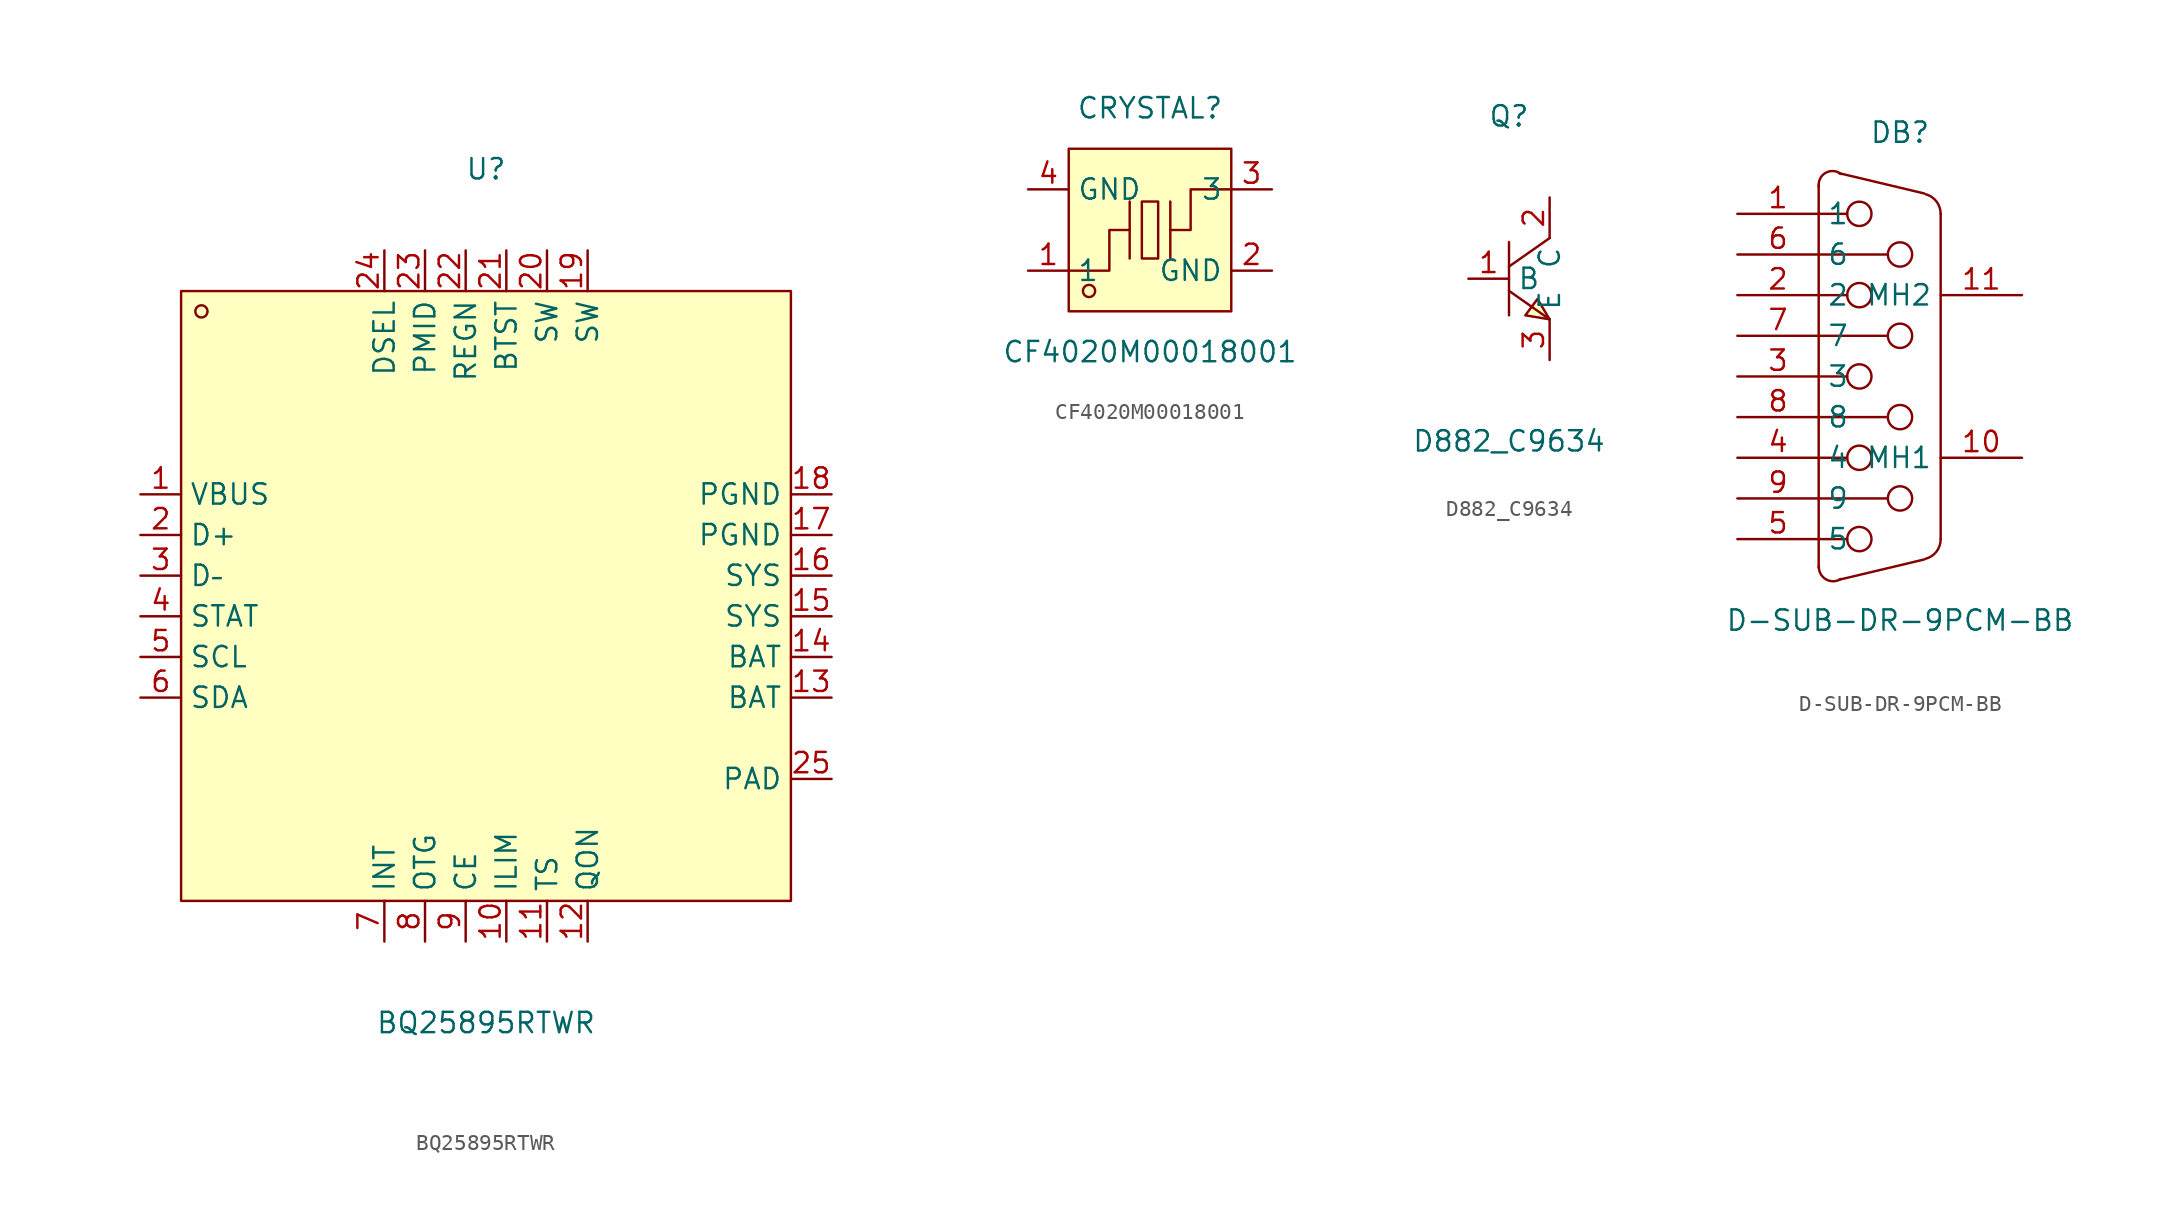
<source format=kicad_sym>
(kicad_symbol_lib
  (version 20211014)
  (generator https://github.com/uPesy/easyeda2kicad.py)
  (symbol "BQ25895RTWR"
    (property "Reference" "U"
      (at 0 26.67 0)
      (effects (font (size 1.27 1.27))))
    (property "Value" "BQ25895RTWR"
      (at 0 -26.67 0)
      (effects (font (size 1.27 1.27))))
    (symbol "BQ25895RTWR_0_1"
      (rectangle (start -19.05 19.05) (end 19.05 -19.05) (stroke (width 0) (type default) (color 0 0 0 0)) (fill (type background)))
      (circle (center -17.78 17.78) (radius 0.38) (stroke (width 0) (type default) (color 0 0 0 0)) (fill (type none)))
      (pin unspecified line (at -21.59 6.35 0) (length 2.54) (name "VBUS" (effects (font (size 1.27 1.27)))) (number "1" (effects (font (size 1.27 1.27)))))
      (pin unspecified line (at -21.59 3.81 0) (length 2.54) (name "D+" (effects (font (size 1.27 1.27)))) (number "2" (effects (font (size 1.27 1.27)))))
      (pin unspecified line (at -21.59 1.27 0) (length 2.54) (name "D–" (effects (font (size 1.27 1.27)))) (number "3" (effects (font (size 1.27 1.27)))))
      (pin unspecified line (at -21.59 -1.27 0) (length 2.54) (name "STAT" (effects (font (size 1.27 1.27)))) (number "4" (effects (font (size 1.27 1.27)))))
      (pin unspecified line (at -21.59 -3.81 0) (length 2.54) (name "SCL" (effects (font (size 1.27 1.27)))) (number "5" (effects (font (size 1.27 1.27)))))
      (pin unspecified line (at -21.59 -6.35 0) (length 2.54) (name "SDA" (effects (font (size 1.27 1.27)))) (number "6" (effects (font (size 1.27 1.27)))))
      (pin unspecified line (at -6.35 -21.59 90) (length 2.54) (name "INT" (effects (font (size 1.27 1.27)))) (number "7" (effects (font (size 1.27 1.27)))))
      (pin unspecified line (at -3.81 -21.59 90) (length 2.54) (name "OTG" (effects (font (size 1.27 1.27)))) (number "8" (effects (font (size 1.27 1.27)))))
      (pin unspecified line (at -1.27 -21.59 90) (length 2.54) (name "CE" (effects (font (size 1.27 1.27)))) (number "9" (effects (font (size 1.27 1.27)))))
      (pin unspecified line (at 1.27 -21.59 90) (length 2.54) (name "ILIM" (effects (font (size 1.27 1.27)))) (number "10" (effects (font (size 1.27 1.27)))))
      (pin unspecified line (at 3.81 -21.59 90) (length 2.54) (name "TS" (effects (font (size 1.27 1.27)))) (number "11" (effects (font (size 1.27 1.27)))))
      (pin unspecified line (at 6.35 -21.59 90) (length 2.54) (name "QON" (effects (font (size 1.27 1.27)))) (number "12" (effects (font (size 1.27 1.27)))))
      (pin unspecified line (at 21.59 -6.35 180) (length 2.54) (name "BAT" (effects (font (size 1.27 1.27)))) (number "13" (effects (font (size 1.27 1.27)))))
      (pin unspecified line (at 21.59 -3.81 180) (length 2.54) (name "BAT" (effects (font (size 1.27 1.27)))) (number "14" (effects (font (size 1.27 1.27)))))
      (pin unspecified line (at 21.59 -1.27 180) (length 2.54) (name "SYS" (effects (font (size 1.27 1.27)))) (number "15" (effects (font (size 1.27 1.27)))))
      (pin unspecified line (at 21.59 1.27 180) (length 2.54) (name "SYS" (effects (font (size 1.27 1.27)))) (number "16" (effects (font (size 1.27 1.27)))))
      (pin unspecified line (at 21.59 3.81 180) (length 2.54) (name "PGND" (effects (font (size 1.27 1.27)))) (number "17" (effects (font (size 1.27 1.27)))))
      (pin unspecified line (at 21.59 6.35 180) (length 2.54) (name "PGND" (effects (font (size 1.27 1.27)))) (number "18" (effects (font (size 1.27 1.27)))))
      (pin unspecified line (at 6.35 21.59 270) (length 2.54) (name "SW" (effects (font (size 1.27 1.27)))) (number "19" (effects (font (size 1.27 1.27)))))
      (pin unspecified line (at 3.81 21.59 270) (length 2.54) (name "SW" (effects (font (size 1.27 1.27)))) (number "20" (effects (font (size 1.27 1.27)))))
      (pin unspecified line (at 1.27 21.59 270) (length 2.54) (name "BTST" (effects (font (size 1.27 1.27)))) (number "21" (effects (font (size 1.27 1.27)))))
      (pin unspecified line (at -1.27 21.59 270) (length 2.54) (name "REGN" (effects (font (size 1.27 1.27)))) (number "22" (effects (font (size 1.27 1.27)))))
      (pin unspecified line (at -3.81 21.59 270) (length 2.54) (name "PMID" (effects (font (size 1.27 1.27)))) (number "23" (effects (font (size 1.27 1.27)))))
      (pin unspecified line (at -6.35 21.59 270) (length 2.54) (name "DSEL" (effects (font (size 1.27 1.27)))) (number "24" (effects (font (size 1.27 1.27)))))
      (pin unspecified line (at 21.59 -11.43 180) (length 2.54) (name "PAD" (effects (font (size 1.27 1.27)))) (number "25" (effects (font (size 1.27 1.27)))))))
  (symbol "CF4020M00018001"
    (property "Reference" "CRYSTAL"
      (at 0 7.62 0)
      (effects (font (size 1.27 1.27))))
    (property "Value" "CF4020M00018001"
      (at 0 -7.62 0)
      (effects (font (size 1.27 1.27))))
    (symbol "CF4020M00018001_0_1"
      (rectangle (start -5.08 5.08) (end 5.08 -5.08) (stroke (width 0) (type default) (color 0 0 0 0)) (fill (type background)))
      (rectangle (start -0.51 1.78) (end 0.51 -1.78) (stroke (width 0) (type default) (color 0 0 0 0)) (fill (type background)))
      (circle (center -3.81 -3.81) (radius 0.38) (stroke (width 0) (type default) (color 0 0 0 0)) (fill (type none)))
      (polyline (pts (xy -1.27 -1.78) (xy -1.27 1.78)) (stroke (width 0) (type default) (color 0 0 0 0)) (fill (type none)))
      (polyline (pts (xy 1.27 -1.78) (xy 1.27 1.78)) (stroke (width 0) (type default) (color 0 0 0 0)) (fill (type none)))
      (polyline (pts (xy -5.08 -2.54) (xy -2.54 -2.54) (xy -2.54 -0.00) (xy -1.27 -0.00)) (stroke (width 0) (type default) (color 0 0 0 0)) (fill (type none)))
      (polyline (pts (xy 5.08 2.54) (xy 2.54 2.54) (xy 2.54 -0.00) (xy 1.27 -0.00)) (stroke (width 0) (type default) (color 0 0 0 0)) (fill (type none)))
      (pin input line (at -7.62 -2.54 0) (length 2.54) (name "1" (effects (font (size 1.27 1.27)))) (number "1" (effects (font (size 1.27 1.27)))))
      (pin input line (at 7.62 2.54 180) (length 2.54) (name "3" (effects (font (size 1.27 1.27)))) (number "3" (effects (font (size 1.27 1.27)))))
      (pin input line (at -7.62 2.54 0) (length 2.54) (name "GND" (effects (font (size 1.27 1.27)))) (number "4" (effects (font (size 1.27 1.27)))))
      (pin input line (at 7.62 -2.54 180) (length 2.54) (name "GND" (effects (font (size 1.27 1.27)))) (number "2" (effects (font (size 1.27 1.27)))))))
  (symbol "D882_C9634"
    (property "Reference" "Q"
      (at 0 10.16 0)
      (effects (font (size 1.27 1.27))))
    (property "Value" "D882_C9634"
      (at 0 -10.16 0)
      (effects (font (size 1.27 1.27))))
    (symbol "D882_C9634_0_1"
      (polyline (pts (xy 2.54 2.54) (xy 0.00 0.76)) (stroke (width 0) (type default) (color 0 0 0 0)) (fill (type none)))
      (polyline (pts (xy 0.00 -0.76) (xy 2.54 -2.54)) (stroke (width 0) (type default) (color 0 0 0 0)) (fill (type none)))
      (polyline (pts (xy 0.00 2.29) (xy 0.00 -2.29)) (stroke (width 0) (type default) (color 0 0 0 0)) (fill (type none)))
      (polyline (pts (xy 2.54 -2.54) (xy 1.78 -1.27) (xy 1.02 -2.29) (xy 2.54 -2.54)) (stroke (width 0) (type default) (color 0 0 0 0)) (fill (type background)))
      (pin input line (at -2.54 -0.00 0) (length 2.54) (name "B" (effects (font (size 1.27 1.27)))) (number "1" (effects (font (size 1.27 1.27)))))
      (pin input line (at 2.54 5.08 270) (length 2.54) (name "C" (effects (font (size 1.27 1.27)))) (number "2" (effects (font (size 1.27 1.27)))))
      (pin input line (at 2.54 -5.08 90) (length 2.54) (name "E" (effects (font (size 1.27 1.27)))) (number "3" (effects (font (size 1.27 1.27)))))))
  (symbol "D-SUB-DR-9PCM-BB"
    (property "Reference" "DB"
      (at 0 15.24 0)
      (effects (font (size 1.27 1.27))))
    (property "Value" "D-SUB-DR-9PCM-BB"
      (at 0 -15.24 0)
      (effects (font (size 1.27 1.27))))
    (symbol "D-SUB-DR-9PCM-BB_0_1"
      (circle (center -2.54 10.16) (radius 0.76) (stroke (width 0) (type default) (color 0 0 0 0)) (fill (type none)))
      (circle (center -2.54 5.08) (radius 0.76) (stroke (width 0) (type default) (color 0 0 0 0)) (fill (type none)))
      (circle (center -2.54 -0.00) (radius 0.76) (stroke (width 0) (type default) (color 0 0 0 0)) (fill (type none)))
      (circle (center -2.54 -5.08) (radius 0.76) (stroke (width 0) (type default) (color 0 0 0 0)) (fill (type none)))
      (circle (center -2.54 -10.16) (radius 0.76) (stroke (width 0) (type default) (color 0 0 0 0)) (fill (type none)))
      (circle (center 0.00 7.62) (radius 0.76) (stroke (width 0) (type default) (color 0 0 0 0)) (fill (type none)))
      (circle (center 0.00 2.54) (radius 0.76) (stroke (width 0) (type default) (color 0 0 0 0)) (fill (type none)))
      (circle (center 0.00 -2.54) (radius 0.76) (stroke (width 0) (type default) (color 0 0 0 0)) (fill (type none)))
      (circle (center 0.00 -7.62) (radius 0.76) (stroke (width 0) (type default) (color 0 0 0 0)) (fill (type none)))
      (arc (start -5.07 -11.85) (mid -4.95 -11.45) (end -3.69 -12.65) (stroke (width 0) (type default) (color 0 0 0 0)) (fill (type none)))
      (arc (start 1.60 -11.39) (mid 2.52 -10.39) (end 2.54 -10.16) (stroke (width 0) (type default) (color 0 0 0 0)) (fill (type none)))
      (arc (start -3.69 12.65) (mid -4.93 12.46) (end -5.07 11.85) (stroke (width 0) (type default) (color 0 0 0 0)) (fill (type none)))
      (arc (start 2.54 10.16) (mid 2.24 9.34) (end 1.62 11.38) (stroke (width 0) (type default) (color 0 0 0 0)) (fill (type none)))
      (polyline (pts (xy 1.52 -11.43) (xy -3.81 -12.70)) (stroke (width 0) (type default) (color 0 0 0 0)) (fill (type none)))
      (polyline (pts (xy -5.08 -11.94) (xy -5.08 -10.16)) (stroke (width 0) (type default) (color 0 0 0 0)) (fill (type none)))
      (polyline (pts (xy 1.52 11.43) (xy -3.81 12.70)) (stroke (width 0) (type default) (color 0 0 0 0)) (fill (type none)))
      (polyline (pts (xy -5.08 11.94) (xy -5.08 10.16)) (stroke (width 0) (type default) (color 0 0 0 0)) (fill (type none)))
      (polyline (pts (xy 2.54 -10.16) (xy 2.54 10.16)) (stroke (width 0) (type default) (color 0 0 0 0)) (fill (type none)))
      (polyline (pts (xy -5.08 -10.16) (xy -5.08 10.16)) (stroke (width 0) (type default) (color 0 0 0 0)) (fill (type none)))
      (polyline (pts (xy -5.08 -7.62) (xy -0.76 -7.62)) (stroke (width 0) (type default) (color 0 0 0 0)) (fill (type none)))
      (polyline (pts (xy -5.08 -2.54) (xy -0.76 -2.54)) (stroke (width 0) (type default) (color 0 0 0 0)) (fill (type none)))
      (polyline (pts (xy -3.30 -10.16) (xy -5.08 -10.16)) (stroke (width 0) (type default) (color 0 0 0 0)) (fill (type none)))
      (polyline (pts (xy -5.08 2.54) (xy -0.76 2.54)) (stroke (width 0) (type default) (color 0 0 0 0)) (fill (type none)))
      (polyline (pts (xy -3.30 -5.08) (xy -5.08 -5.08)) (stroke (width 0) (type default) (color 0 0 0 0)) (fill (type none)))
      (polyline (pts (xy -5.08 7.62) (xy -0.76 7.62)) (stroke (width 0) (type default) (color 0 0 0 0)) (fill (type none)))
      (polyline (pts (xy -3.30 -0.00) (xy -5.08 -0.00)) (stroke (width 0) (type default) (color 0 0 0 0)) (fill (type none)))
      (polyline (pts (xy -3.30 10.16) (xy -5.08 10.16)) (stroke (width 0) (type default) (color 0 0 0 0)) (fill (type none)))
      (polyline (pts (xy -3.30 5.08) (xy -5.08 5.08)) (stroke (width 0) (type default) (color 0 0 0 0)) (fill (type none)))
      (pin input line (at 7.62 -5.08 180) (length 5.08) (name "MH1" (effects (font (size 1.27 1.27)))) (number "10" (effects (font (size 1.27 1.27)))))
      (pin input line (at 7.62 5.08 180) (length 5.08) (name "MH2" (effects (font (size 1.27 1.27)))) (number "11" (effects (font (size 1.27 1.27)))))
      (pin input line (at -10.16 -7.62 0) (length 5.08) (name "9" (effects (font (size 1.27 1.27)))) (number "9" (effects (font (size 1.27 1.27)))))
      (pin input line (at -10.16 -2.54 0) (length 5.08) (name "8" (effects (font (size 1.27 1.27)))) (number "8" (effects (font (size 1.27 1.27)))))
      (pin input line (at -10.16 2.54 0) (length 5.08) (name "7" (effects (font (size 1.27 1.27)))) (number "7" (effects (font (size 1.27 1.27)))))
      (pin input line (at -10.16 7.62 0) (length 5.08) (name "6" (effects (font (size 1.27 1.27)))) (number "6" (effects (font (size 1.27 1.27)))))
      (pin input line (at -10.16 -10.16 0) (length 5.08) (name "5" (effects (font (size 1.27 1.27)))) (number "5" (effects (font (size 1.27 1.27)))))
      (pin input line (at -10.16 -5.08 0) (length 5.08) (name "4" (effects (font (size 1.27 1.27)))) (number "4" (effects (font (size 1.27 1.27)))))
      (pin input line (at -10.16 -0.00 0) (length 5.08) (name "3" (effects (font (size 1.27 1.27)))) (number "3" (effects (font (size 1.27 1.27)))))
      (pin input line (at -10.16 5.08 0) (length 5.08) (name "2" (effects (font (size 1.27 1.27)))) (number "2" (effects (font (size 1.27 1.27)))))
      (pin input line (at -10.16 10.16 0) (length 5.08) (name "1" (effects (font (size 1.27 1.27)))) (number "1" (effects (font (size 1.27 1.27))))))))
</source>
